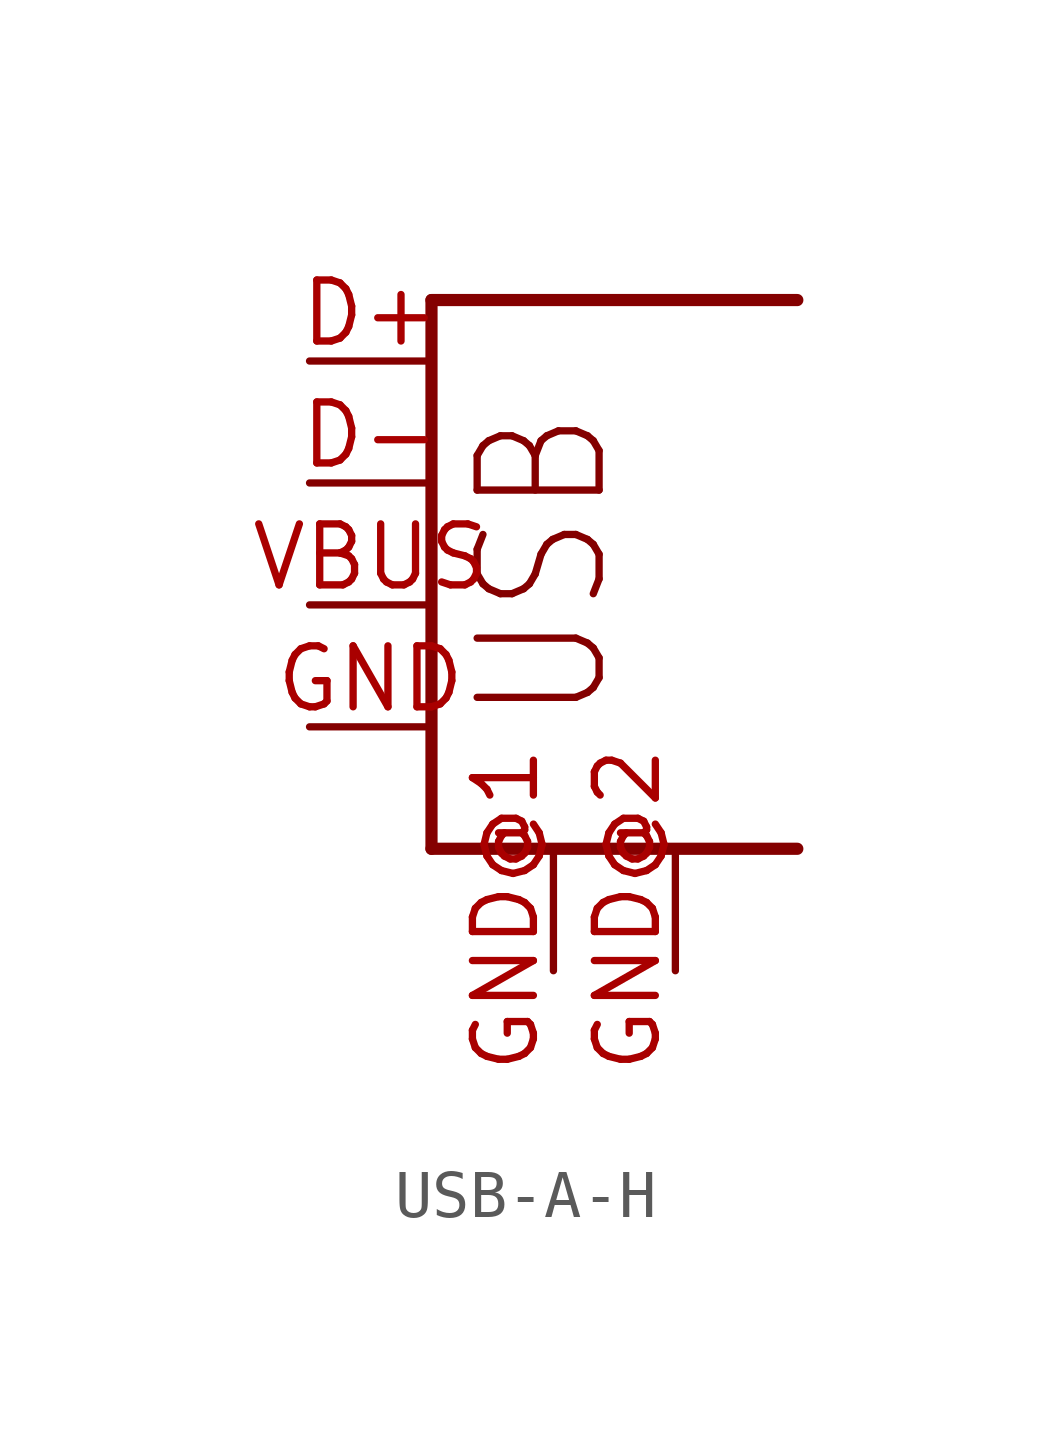
<source format=kicad_sym>
(kicad_symbol_lib
  (version 20231120)
  (generator "kicad_symbol_editor")
  (generator_version "8.0")
  (symbol "USB-A-H"
    (property "Reference" "USB"
      (at 0 0 0)
      (effects (font (size 1.27 1.27)) (hide yes)))
    (property "ki_locked" ""
      (at 0 0 0)
      (effects (font (size 1.27 1.27))))
    (symbol "USB-A-H_1_0"
      (polyline (pts (xy 0 -2.54) (xy 7.62 -2.54)) (stroke (width 0.254) (type solid)) (fill (type none)))
      (polyline (pts (xy 0 8.89) (xy 0 -2.54)) (stroke (width 0.254) (type solid)) (fill (type none)))
      (polyline (pts (xy 7.62 8.89) (xy 0 8.89)) (stroke (width 0.254) (type solid)) (fill (type none)))
      (text "USB" (at 3.81 0 900) (effects (font (size 2.54 2.159)) (justify left bottom)))
      (pin bidirectional line (at -2.54 7.62 0) (length 2.54) (name "D+" (effects (font (size 0 0)))) (number "D+" (effects (font (size 1.27 1.27)))))
      (pin bidirectional line (at -2.54 5.08 0) (length 2.54) (name "D-" (effects (font (size 0 0)))) (number "D-" (effects (font (size 1.27 1.27)))))
      (pin bidirectional line (at -2.54 0 0) (length 2.54) (name "GND" (effects (font (size 0 0)))) (number "GND" (effects (font (size 1.27 1.27)))))
      (pin bidirectional line (at 2.54 -5.08 90) (length 2.54) (name "GND@1" (effects (font (size 0 0)))) (number "GND@1" (effects (font (size 1.27 1.27)))))
      (pin bidirectional line (at 5.08 -5.08 90) (length 2.54) (name "GND@2" (effects (font (size 0 0)))) (number "GND@2" (effects (font (size 1.27 1.27)))))
      (pin bidirectional line (at -2.54 2.54 0) (length 2.54) (name "VBUS" (effects (font (size 0 0)))) (number "VBUS" (effects (font (size 1.27 1.27))))))))
</source>
